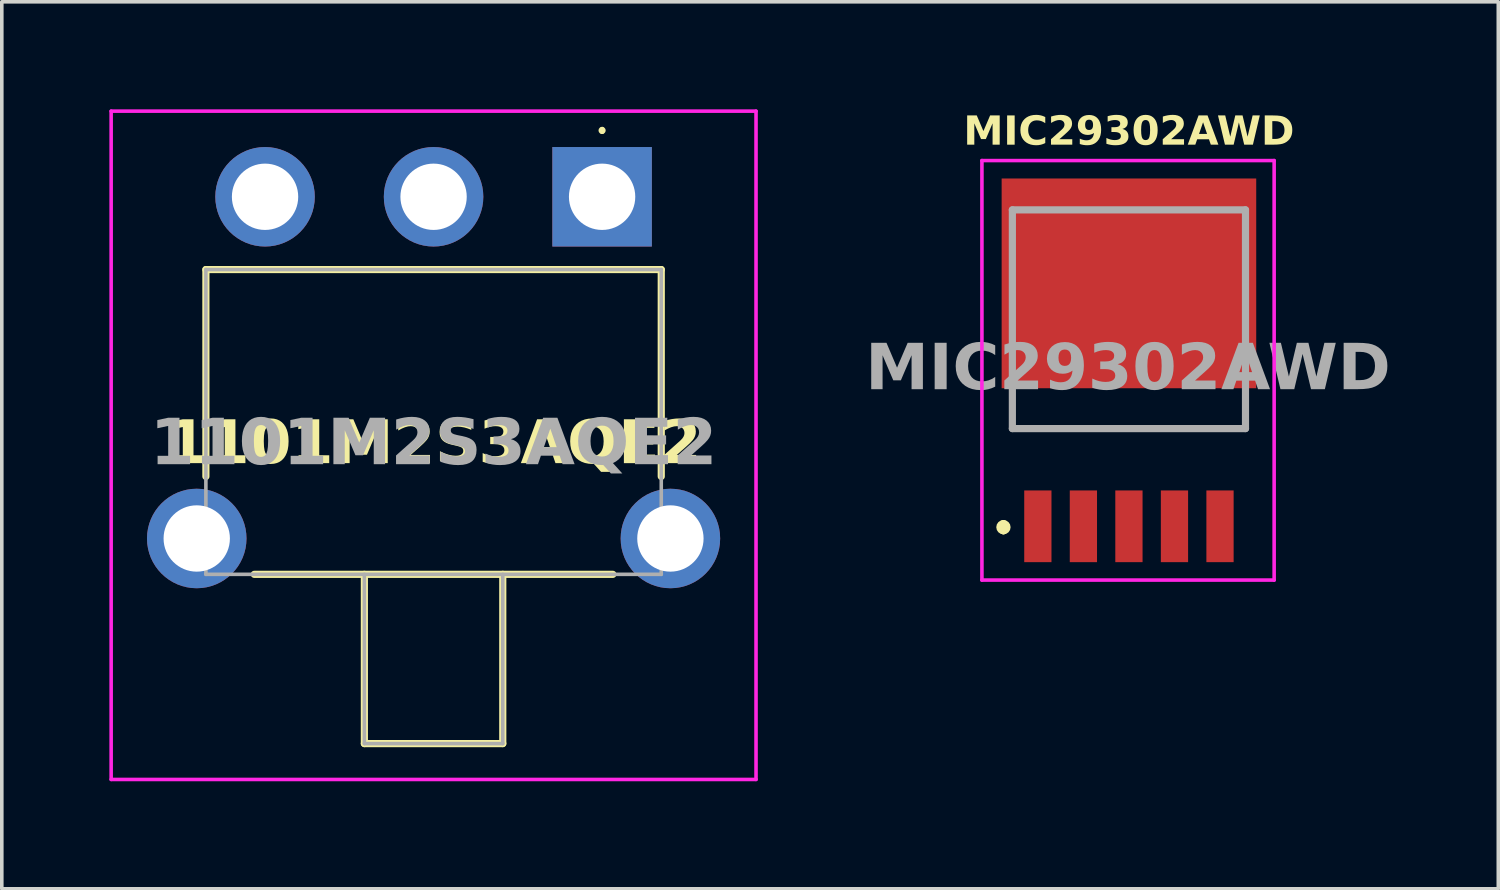
<source format=kicad_pcb>
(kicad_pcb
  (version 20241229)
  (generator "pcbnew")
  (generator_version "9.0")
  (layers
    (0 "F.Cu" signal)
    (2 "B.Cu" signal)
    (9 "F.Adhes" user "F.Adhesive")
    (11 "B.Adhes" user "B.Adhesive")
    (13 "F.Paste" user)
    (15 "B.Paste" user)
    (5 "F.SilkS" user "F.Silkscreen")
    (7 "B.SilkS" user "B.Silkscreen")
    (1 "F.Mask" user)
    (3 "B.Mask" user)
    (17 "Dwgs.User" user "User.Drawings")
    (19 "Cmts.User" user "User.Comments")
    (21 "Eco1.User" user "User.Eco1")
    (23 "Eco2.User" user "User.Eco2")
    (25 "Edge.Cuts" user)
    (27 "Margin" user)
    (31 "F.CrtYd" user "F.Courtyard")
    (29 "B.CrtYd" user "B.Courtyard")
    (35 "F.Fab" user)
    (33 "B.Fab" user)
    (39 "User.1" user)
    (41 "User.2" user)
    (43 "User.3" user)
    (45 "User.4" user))
  (footprint "1101M2S3AQE2"
    (layer "F.Cu")
    (at 13.742 2.438)
    (property "Reference" "1101M2S3AQE2" (at -4.7 6.931 0) (layer "F.SilkS") (effects (font (face "JetBrains Mono SemiBold") (size 1.2 1.2) (thickness 0.2))))
    (attr through_hole)
    (fp_line (start -11.05 2.03) (end 1.65 2.03) (stroke (width 0.2) (type solid)) (layer "F.SilkS"))
    (fp_line (start -11.05 7.8) (end -11.05 2.03) (stroke (width 0.2) (type solid)) (layer "F.SilkS"))
    (fp_line (start -9.7 10.53) (end 0.3 10.53) (stroke (width 0.2) (type solid)) (layer "F.SilkS"))
    (fp_line (start -6.63 10.53) (end -6.63 15.25) (stroke (width 0.2) (type solid)) (layer "F.SilkS"))
    (fp_line (start -6.63 15.25) (end -2.77 15.25) (stroke (width 0.2) (type solid)) (layer "F.SilkS"))
    (fp_line (start -2.77 15.25) (end -2.77 10.53) (stroke (width 0.2) (type solid)) (layer "F.SilkS"))
    (fp_line (start 0 -1.9) (end 0 -1.9) (stroke (width 0.1) (type solid)) (layer "F.SilkS"))
    (fp_line (start 0 -1.8) (end 0 -1.8) (stroke (width 0.1) (type solid)) (layer "F.SilkS"))
    (fp_line (start 1.65 2.03) (end 1.65 7.8) (stroke (width 0.2) (type solid)) (layer "F.SilkS"))
    (fp_arc (start 0 -1.9) (mid 0.05 -1.85) (end 0 -1.8) (stroke (width 0.1) (type solid)) (layer "F.SilkS"))
    (fp_arc (start 0 -1.8) (mid -0.05 -1.85) (end 0 -1.9) (stroke (width 0.1) (type solid)) (layer "F.SilkS"))
    (fp_line (start -13.692 -2.388) (end 4.293 -2.388) (stroke (width 0.1) (type solid)) (layer "F.CrtYd"))
    (fp_line (start -13.692 16.25) (end -13.692 -2.388) (stroke (width 0.1) (type solid)) (layer "F.CrtYd"))
    (fp_line (start 4.293 -2.388) (end 4.293 16.25) (stroke (width 0.1) (type solid)) (layer "F.CrtYd"))
    (fp_line (start 4.293 16.25) (end -13.692 16.25) (stroke (width 0.1) (type solid)) (layer "F.CrtYd"))
    (fp_line (start -11.05 2.03) (end 1.65 2.03) (stroke (width 0.1) (type solid)) (layer "F.Fab"))
    (fp_line (start -11.05 10.53) (end -11.05 2.03) (stroke (width 0.1) (type solid)) (layer "F.Fab"))
    (fp_line (start -6.63 10.53) (end -6.63 15.25) (stroke (width 0.1) (type solid)) (layer "F.Fab"))
    (fp_line (start -6.63 15.25) (end -2.77 15.25) (stroke (width 0.1) (type solid)) (layer "F.Fab"))
    (fp_line (start -2.77 15.25) (end -2.77 10.53) (stroke (width 0.1) (type solid)) (layer "F.Fab"))
    (fp_line (start 1.65 2.03) (end 1.65 10.53) (stroke (width 0.1) (type solid)) (layer "F.Fab"))
    (fp_line (start 1.65 10.53) (end -11.05 10.53) (stroke (width 0.1) (type solid)) (layer "F.Fab"))
    (fp_text user "${REFERENCE}" (at -4.7 6.931 0) (layer "F.Fab") (effects (font (face "JetBrains Mono SemiBold") (size 1.27 1.27) (thickness 0.254))))
    (pad "1" thru_hole rect (at 0 0) (size 2.775 2.775) (drill 1.85) (layers "*.Cu" "*.Mask"))
    (pad "2" thru_hole circle (at -4.7 0) (size 2.775 2.775) (drill 1.85) (layers "*.Cu" "*.Mask"))
    (pad "3" thru_hole circle (at -9.4 0) (size 2.775 2.775) (drill 1.85) (layers "*.Cu" "*.Mask"))
    (pad "MH1" thru_hole circle (at 1.905 9.53) (size 2.775 2.775) (drill 1.85) (layers "*.Cu" "*.Mask"))
    (pad "MH2" thru_hole circle (at -11.305 9.53) (size 2.775 2.775) (drill 1.85) (layers "*.Cu" "*.Mask")))
  (footprint "MIC29302AWD"
    (layer "F.Cu")
    (at 28.435 4.853)
    (property "Reference" "MIC29302AWD" (at 0 -4.2 0) (layer "F.SilkS") (effects (font (face "JetBrains Mono SemiBold") (size 0.8 0.8) (thickness 0.1))))
    (attr smd)
    (fp_line (start -3.5 6.7) (end -3.5 6.7) (stroke (width 0.2) (type solid)) (layer "F.SilkS"))
    (fp_line (start -3.5 6.9) (end -3.5 6.9) (stroke (width 0.2) (type solid)) (layer "F.SilkS"))
    (fp_line (start -3.251 3.5) (end -3.251 4.05) (stroke (width 0.1) (type solid)) (layer "F.SilkS"))
    (fp_line (start -3.251 4.05) (end 3.251 4.05) (stroke (width 0.1) (type solid)) (layer "F.SilkS"))
    (fp_line (start 3.251 4.05) (end 3.251 3.5) (stroke (width 0.1) (type solid)) (layer "F.SilkS"))
    (fp_arc (start -3.5 6.7) (mid -3.4 6.8) (end -3.5 6.9) (stroke (width 0.2) (type solid)) (layer "F.SilkS"))
    (fp_arc (start -3.5 6.9) (mid -3.6 6.8) (end -3.5 6.7) (stroke (width 0.2) (type solid)) (layer "F.SilkS"))
    (fp_line (start -4.1 -3.425) (end 4.05 -3.425) (stroke (width 0.1) (type solid)) (layer "F.CrtYd"))
    (fp_line (start -4.1 8.275) (end -4.1 -3.425) (stroke (width 0.1) (type solid)) (layer "F.CrtYd"))
    (fp_line (start 4.05 -3.425) (end 4.05 8.275) (stroke (width 0.1) (type solid)) (layer "F.CrtYd"))
    (fp_line (start 4.05 8.275) (end -4.1 8.275) (stroke (width 0.1) (type solid)) (layer "F.CrtYd"))
    (fp_line (start -3.251 -2.05) (end 3.251 -2.05) (stroke (width 0.2) (type solid)) (layer "F.Fab"))
    (fp_line (start -3.251 4.05) (end -3.251 -2.05) (stroke (width 0.2) (type solid)) (layer "F.Fab"))
    (fp_line (start 3.251 -2.05) (end 3.251 4.05) (stroke (width 0.2) (type solid)) (layer "F.Fab"))
    (fp_line (start 3.251 4.05) (end -3.251 4.05) (stroke (width 0.2) (type solid)) (layer "F.Fab"))
    (fp_text user "${REFERENCE}" (at -0.025 2.425 0) (layer "F.Fab") (effects (font (face "JetBrains Mono SemiBold") (size 1.27 1.27) (thickness 0.254))))
    (pad "1" smd rect (at -2.54 6.775) (size 0.76 2) (layers "F.Cu" "F.Mask" "F.Paste"))
    (pad "2" smd rect (at -1.27 6.775) (size 0.76 2) (layers "F.Cu" "F.Mask" "F.Paste"))
    (pad "3" smd rect (at 0 6.775) (size 0.76 2) (layers "F.Cu" "F.Mask" "F.Paste"))
    (pad "4" smd rect (at 1.27 6.775) (size 0.76 2) (layers "F.Cu" "F.Mask" "F.Paste"))
    (pad "5" smd rect (at 2.54 6.775) (size 0.76 2) (layers "F.Cu" "F.Mask" "F.Paste"))
    (pad "6" smd rect (at 0 0 90) (size 5.85 7.1) (layers "F.Cu" "F.Mask" "F.Paste")))
  (gr_rect
    (start -3 -3)
    (end 38.736 21.738)
    (stroke (width 0.1) (type default))
    (fill no)
    (layer "Edge.Cuts")))
</source>
